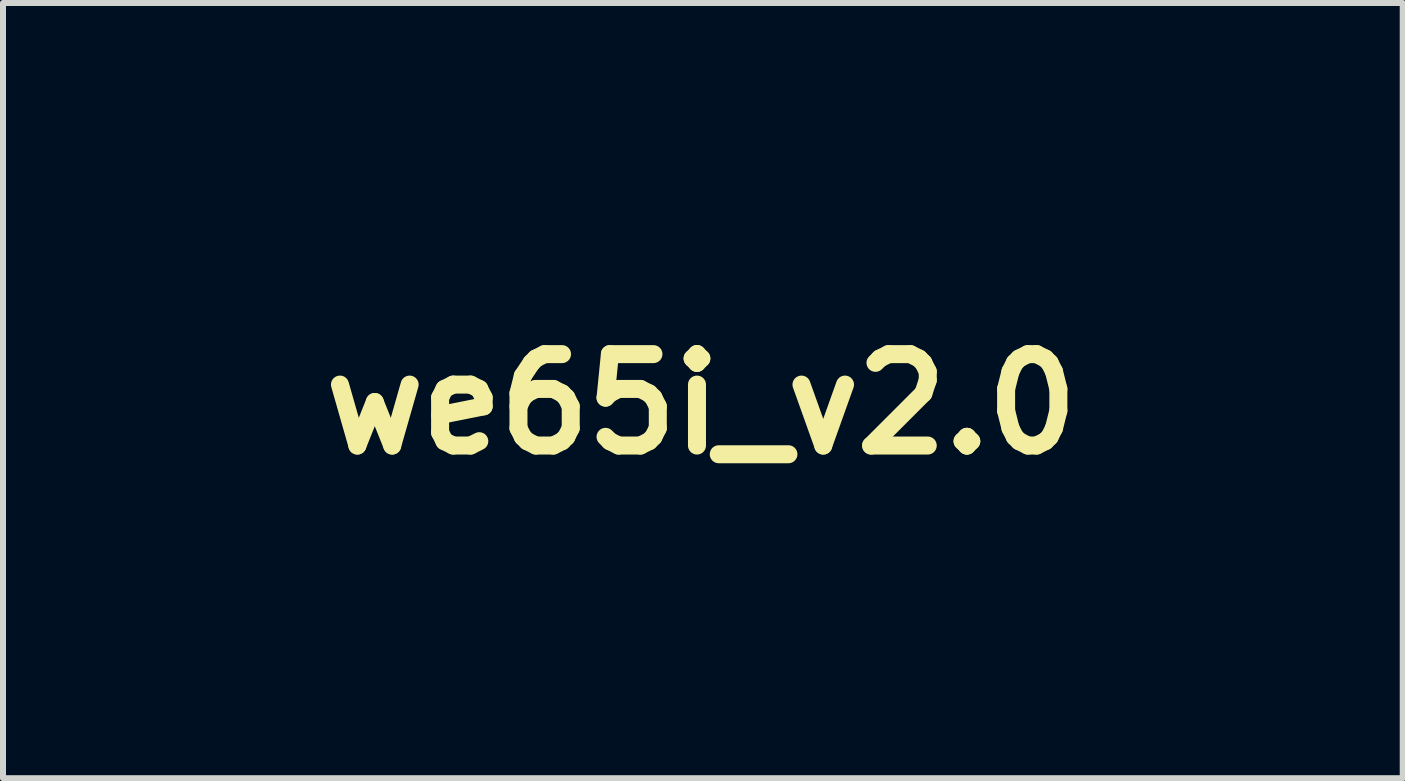
<source format=kicad_pcb>
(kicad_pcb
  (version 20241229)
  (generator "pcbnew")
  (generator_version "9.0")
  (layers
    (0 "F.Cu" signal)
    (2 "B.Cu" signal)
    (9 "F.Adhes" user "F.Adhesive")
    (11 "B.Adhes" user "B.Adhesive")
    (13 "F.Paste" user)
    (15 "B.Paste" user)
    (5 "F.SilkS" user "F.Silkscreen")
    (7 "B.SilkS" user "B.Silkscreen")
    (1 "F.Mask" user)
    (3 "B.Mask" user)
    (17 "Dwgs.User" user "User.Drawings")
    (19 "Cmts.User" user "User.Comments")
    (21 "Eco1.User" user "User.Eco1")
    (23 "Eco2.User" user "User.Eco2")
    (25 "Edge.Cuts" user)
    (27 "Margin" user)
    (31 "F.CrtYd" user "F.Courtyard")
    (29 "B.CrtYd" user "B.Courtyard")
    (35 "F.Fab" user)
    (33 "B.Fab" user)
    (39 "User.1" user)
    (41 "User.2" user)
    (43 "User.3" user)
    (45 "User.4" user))
  (footprint "we65i_v2.0"
    (layer "F.Cu")
    (at 8.64 3.687)
    (property "Reference" "we65i_v2.0" (at 0 0 0) (layer "F.SilkS") (effects (font (size 1.524 1.524) (thickness 0.3))))
    (attr through_hole)
    (fp_poly (pts (xy 8.451 -0.492) (xy 7.679 -0.492) (xy 7.679 -2.622) (xy 8.451 -2.622) (xy 8.451 -0.492)) (stroke (width 0.01) (type solid)) (fill yes) (layer "F.Mask"))
    (fp_poly (pts (xy 5.361 1.966) (xy 5.548 1.966) (xy 5.548 2.247) (xy 4.846 2.247) (xy 4.846 1.966) (xy 5.058 1.966) (xy 5.051 1.691) (xy 5.045 1.416) (xy 4.869 1.402) (xy 4.869 1.147) (xy 5.361 1.147) (xy 5.361 1.966)) (stroke (width 0.01) (type solid)) (fill yes) (layer "F.Mask"))
    (fp_poly (pts (xy -6.382 1.962) (xy -6.327 2.011) (xy -6.301 2.077) (xy -6.306 2.149) (xy -6.349 2.214) (xy -6.359 2.222) (xy -6.433 2.264) (xy -6.5 2.261) (xy -6.568 2.213) (xy -6.568 2.213) (xy -6.615 2.146) (xy -6.618 2.079) (xy -6.577 2.005) (xy -6.577 2.005) (xy -6.512 1.953) (xy -6.459 1.943) (xy -6.382 1.962)) (stroke (width 0.01) (type solid)) (fill yes) (layer "F.Mask"))
    (fp_poly (pts (xy 8.201 -3.661) (xy 8.314 -3.601) (xy 8.401 -3.509) (xy 8.457 -3.391) (xy 8.474 -3.266) (xy 8.453 -3.132) (xy 8.395 -3.018) (xy 8.306 -2.928) (xy 8.195 -2.868) (xy 8.069 -2.845) (xy 7.962 -2.856) (xy 7.849 -2.905) (xy 7.75 -2.988) (xy 7.676 -3.095) (xy 7.642 -3.194) (xy 7.642 -3.313) (xy 7.68 -3.433) (xy 7.749 -3.542) (xy 7.842 -3.626) (xy 7.874 -3.644) (xy 7.941 -3.667) (xy 8.028 -3.68) (xy 8.07 -3.682) (xy 8.201 -3.661)) (stroke (width 0.01) (type solid)) (fill yes) (layer "F.Mask"))
    (fp_poly (pts (xy 1.56 -1.663) (xy 1.594 -1.654) (xy 1.743 -1.589) (xy 1.863 -1.493) (xy 1.953 -1.372) (xy 2.011 -1.234) (xy 2.037 -1.087) (xy 2.028 -0.936) (xy 1.982 -0.789) (xy 1.9 -0.654) (xy 1.827 -0.577) (xy 1.723 -0.496) (xy 1.62 -0.447) (xy 1.502 -0.425) (xy 1.41 -0.421) (xy 1.299 -0.427) (xy 1.209 -0.447) (xy 1.129 -0.482) (xy 0.987 -0.577) (xy 0.881 -0.7) (xy 0.813 -0.848) (xy 0.787 -1.016) (xy 0.787 -1.03) (xy 0.797 -1.183) (xy 0.834 -1.308) (xy 0.902 -1.42) (xy 0.944 -1.469) (xy 1.079 -1.584) (xy 1.228 -1.656) (xy 1.389 -1.682) (xy 1.56 -1.663)) (stroke (width 0.01) (type solid)) (fill yes) (layer "F.Mask"))
    (fp_poly (pts (xy 8.366 1.432) (xy 8.474 1.488) (xy 8.555 1.574) (xy 8.564 1.589) (xy 8.586 1.634) (xy 8.601 1.682) (xy 8.61 1.744) (xy 8.614 1.83) (xy 8.615 1.952) (xy 8.615 1.964) (xy 8.615 2.247) (xy 8.311 2.247) (xy 8.311 1.995) (xy 8.309 1.868) (xy 8.301 1.781) (xy 8.286 1.727) (xy 8.26 1.698) (xy 8.22 1.687) (xy 8.194 1.686) (xy 8.146 1.69) (xy 8.113 1.71) (xy 8.092 1.75) (xy 8.081 1.82) (xy 8.077 1.925) (xy 8.076 1.995) (xy 8.076 2.247) (xy 7.768 2.247) (xy 7.776 1.945) (xy 7.782 1.798) (xy 7.793 1.69) (xy 7.814 1.611) (xy 7.847 1.553) (xy 7.897 1.507) (xy 7.967 1.466) (xy 7.983 1.457) (xy 8.111 1.414) (xy 8.242 1.406) (xy 8.366 1.432)) (stroke (width 0.01) (type solid)) (fill yes) (layer "F.Mask"))
    (fp_poly (pts (xy -7.07 1.152) (xy -6.959 1.169) (xy -6.877 1.202) (xy -6.817 1.254) (xy -6.771 1.328) (xy -6.763 1.344) (xy -6.727 1.464) (xy -6.732 1.573) (xy -6.78 1.677) (xy -6.873 1.776) (xy -6.97 1.849) (xy -7.128 1.955) (xy -6.719 1.968) (xy -6.719 2.247) (xy -7.017 2.246) (xy -7.135 2.244) (xy -7.239 2.239) (xy -7.319 2.233) (xy -7.364 2.225) (xy -7.365 2.224) (xy -7.436 2.174) (xy -7.489 2.097) (xy -7.514 2.011) (xy -7.515 2) (xy -7.507 1.943) (xy -7.479 1.887) (xy -7.426 1.828) (xy -7.342 1.757) (xy -7.234 1.678) (xy -7.128 1.595) (xy -7.066 1.528) (xy -7.049 1.476) (xy -7.076 1.438) (xy -7.147 1.415) (xy -7.263 1.405) (xy -7.297 1.405) (xy -7.468 1.405) (xy -7.468 1.147) (xy -7.219 1.147) (xy -7.07 1.152)) (stroke (width 0.01) (type solid)) (fill yes) (layer "F.Mask"))
    (fp_poly (pts (xy 2.411 1.152) (xy 2.523 1.169) (xy 2.604 1.202) (xy 2.664 1.254) (xy 2.711 1.328) (xy 2.718 1.344) (xy 2.755 1.464) (xy 2.749 1.573) (xy 2.701 1.677) (xy 2.608 1.776) (xy 2.511 1.849) (xy 2.353 1.955) (xy 2.762 1.968) (xy 2.762 2.247) (xy 2.464 2.246) (xy 2.346 2.244) (xy 2.242 2.239) (xy 2.162 2.233) (xy 2.118 2.225) (xy 2.116 2.224) (xy 2.046 2.174) (xy 1.992 2.097) (xy 1.967 2.011) (xy 1.966 2) (xy 1.975 1.943) (xy 2.002 1.887) (xy 2.055 1.828) (xy 2.139 1.757) (xy 2.247 1.678) (xy 2.353 1.595) (xy 2.415 1.528) (xy 2.432 1.476) (xy 2.406 1.438) (xy 2.334 1.415) (xy 2.218 1.405) (xy 2.184 1.405) (xy 2.013 1.405) (xy 2.013 1.147) (xy 2.262 1.147) (xy 2.411 1.152)) (stroke (width 0.01) (type solid)) (fill yes) (layer "F.Mask"))
    (fp_poly (pts (xy 4.378 1.152) (xy 4.489 1.169) (xy 4.571 1.202) (xy 4.63 1.254) (xy 4.677 1.328) (xy 4.684 1.344) (xy 4.721 1.464) (xy 4.716 1.573) (xy 4.668 1.677) (xy 4.575 1.776) (xy 4.477 1.849) (xy 4.319 1.955) (xy 4.524 1.962) (xy 4.729 1.968) (xy 4.729 2.247) (xy 4.43 2.246) (xy 4.313 2.244) (xy 4.208 2.239) (xy 4.129 2.233) (xy 4.084 2.225) (xy 4.082 2.224) (xy 4.012 2.174) (xy 3.958 2.097) (xy 3.933 2.011) (xy 3.933 2) (xy 3.941 1.943) (xy 3.969 1.887) (xy 4.022 1.828) (xy 4.105 1.757) (xy 4.214 1.678) (xy 4.32 1.595) (xy 4.381 1.528) (xy 4.399 1.476) (xy 4.372 1.438) (xy 4.301 1.415) (xy 4.185 1.405) (xy 4.151 1.405) (xy 3.98 1.405) (xy 3.98 1.147) (xy 4.229 1.147) (xy 4.378 1.152)) (stroke (width 0.01) (type solid)) (fill yes) (layer "F.Mask"))
    (fp_poly (pts (xy 6.597 1.773) (xy 6.595 1.962) (xy 6.592 2.111) (xy 6.589 2.224) (xy 6.584 2.307) (xy 6.578 2.367) (xy 6.57 2.409) (xy 6.56 2.439) (xy 6.547 2.463) (xy 6.544 2.467) (xy 6.467 2.542) (xy 6.367 2.585) (xy 6.256 2.595) (xy 6.149 2.569) (xy 6.117 2.553) (xy 6.05 2.501) (xy 6.011 2.438) (xy 5.995 2.352) (xy 5.993 2.291) (xy 5.999 2.254) (xy 6.214 2.254) (xy 6.227 2.298) (xy 6.261 2.314) (xy 6.27 2.313) (xy 6.295 2.295) (xy 6.309 2.249) (xy 6.316 2.179) (xy 6.319 2.107) (xy 6.315 2.075) (xy 6.302 2.072) (xy 6.285 2.084) (xy 6.243 2.135) (xy 6.219 2.196) (xy 6.214 2.254) (xy 5.999 2.254) (xy 6.015 2.139) (xy 6.083 2) (xy 6.194 1.876) (xy 6.297 1.785) (xy 6.297 1.405) (xy 6.087 1.405) (xy 6.087 1.147) (xy 6.604 1.147) (xy 6.597 1.773)) (stroke (width 0.01) (type solid)) (fill yes) (layer "F.Mask"))
    (fp_poly (pts (xy 7.275 1.416) (xy 7.401 1.457) (xy 7.507 1.528) (xy 7.585 1.624) (xy 7.607 1.669) (xy 7.617 1.72) (xy 7.625 1.804) (xy 7.63 1.909) (xy 7.632 1.991) (xy 7.632 2.247) (xy 7.491 2.247) (xy 7.413 2.246) (xy 7.371 2.24) (xy 7.354 2.223) (xy 7.351 2.19) (xy 7.351 2.184) (xy 7.351 2.122) (xy 7.282 2.187) (xy 7.19 2.246) (xy 7.081 2.266) (xy 6.97 2.247) (xy 6.929 2.229) (xy 6.83 2.151) (xy 6.764 2.049) (xy 6.73 1.933) (xy 6.728 1.832) (xy 7.033 1.832) (xy 7.046 1.905) (xy 7.09 1.968) (xy 7.154 1.997) (xy 7.224 1.989) (xy 7.286 1.945) (xy 7.293 1.935) (xy 7.323 1.861) (xy 7.317 1.787) (xy 7.282 1.726) (xy 7.222 1.69) (xy 7.187 1.686) (xy 7.108 1.705) (xy 7.055 1.757) (xy 7.033 1.832) (xy 6.728 1.832) (xy 6.728 1.81) (xy 6.756 1.69) (xy 6.814 1.581) (xy 6.9 1.492) (xy 7.004 1.436) (xy 7.14 1.408) (xy 7.275 1.416)) (stroke (width 0.01) (type solid)) (fill yes) (layer "F.Mask"))
    (fp_poly (pts (xy 8.514 -0.056) (xy 8.613 0.041) (xy 8.67 0.15) (xy 8.684 0.265) (xy 8.656 0.378) (xy 8.586 0.484) (xy 8.544 0.524) (xy 8.471 0.585) (xy -8.424 0.585) (xy -8.497 0.524) (xy -8.554 0.466) (xy -8.6 0.404) (xy -8.604 0.396) (xy -8.635 0.289) (xy -8.628 0.174) (xy -8.587 0.065) (xy -8.516 -0.025) (xy -8.471 -0.059) (xy -8.464 -0.063) (xy -8.455 -0.067) (xy -8.444 -0.07) (xy -8.428 -0.074) (xy -8.408 -0.077) (xy -8.38 -0.08) (xy -8.343 -0.083) (xy -8.297 -0.085) (xy -8.24 -0.087) (xy -8.17 -0.09) (xy -8.085 -0.092) (xy -7.985 -0.093) (xy -7.868 -0.095) (xy -7.732 -0.097) (xy -7.577 -0.098) (xy -7.4 -0.099) (xy -7.2 -0.1) (xy -6.976 -0.101) (xy -6.727 -0.102) (xy -6.45 -0.103) (xy -6.144 -0.103) (xy -5.809 -0.104) (xy -5.442 -0.104) (xy -5.043 -0.104) (xy -4.608 -0.105) (xy -4.139 -0.105) (xy -3.632 -0.105) (xy -3.086 -0.105) (xy -2.5 -0.105) (xy -1.873 -0.105) (xy -1.203 -0.105) (xy -0.488 -0.105) (xy 8.448 -0.105) (xy 8.514 -0.056)) (stroke (width 0.01) (type solid)) (fill yes) (layer "F.Mask"))
    (fp_poly (pts (xy -7.691 1.429) (xy -7.633 1.431) (xy -7.608 1.434) (xy -7.608 1.435) (xy -7.616 1.462) (xy -7.636 1.525) (xy -7.665 1.613) (xy -7.7 1.717) (xy -7.739 1.829) (xy -7.777 1.938) (xy -7.812 2.036) (xy -7.84 2.114) (xy -7.858 2.162) (xy -7.862 2.17) (xy -7.907 2.215) (xy -7.98 2.251) (xy -8.062 2.269) (xy -8.086 2.27) (xy -8.143 2.258) (xy -8.197 2.235) (xy -8.247 2.197) (xy -8.275 2.16) (xy -8.288 2.126) (xy -8.312 2.058) (xy -8.343 1.968) (xy -8.379 1.862) (xy -8.416 1.752) (xy -8.452 1.646) (xy -8.483 1.552) (xy -8.507 1.481) (xy -8.52 1.44) (xy -8.521 1.435) (xy -8.5 1.431) (xy -8.444 1.429) (xy -8.364 1.428) (xy -8.359 1.428) (xy -8.271 1.43) (xy -8.219 1.437) (xy -8.193 1.453) (xy -8.185 1.469) (xy -8.175 1.509) (xy -8.158 1.582) (xy -8.137 1.677) (xy -8.123 1.74) (xy -8.101 1.835) (xy -8.081 1.908) (xy -8.066 1.951) (xy -8.061 1.958) (xy -8.051 1.932) (xy -8.035 1.871) (xy -8.015 1.785) (xy -8.005 1.74) (xy -7.983 1.641) (xy -7.964 1.554) (xy -7.951 1.494) (xy -7.948 1.481) (xy -7.937 1.453) (xy -7.915 1.437) (xy -7.869 1.43) (xy -7.79 1.428) (xy -7.772 1.428) (xy -7.691 1.429)) (stroke (width 0.01) (type solid)) (fill yes) (layer "F.Mask"))
    (fp_poly (pts (xy 7.234 -2.786) (xy 6.063 -2.786) (xy 6.063 -2.458) (xy 6.304 -2.458) (xy 6.54 -2.445) (xy 6.741 -2.404) (xy 6.915 -2.334) (xy 7.066 -2.233) (xy 7.154 -2.149) (xy 7.224 -2.063) (xy 7.29 -1.964) (xy 7.323 -1.901) (xy 7.351 -1.838) (xy 7.369 -1.78) (xy 7.38 -1.715) (xy 7.385 -1.631) (xy 7.386 -1.514) (xy 7.386 -1.498) (xy 7.385 -1.379) (xy 7.381 -1.293) (xy 7.372 -1.228) (xy 7.354 -1.17) (xy 7.327 -1.105) (xy 7.311 -1.071) (xy 7.213 -0.91) (xy 7.084 -0.763) (xy 6.936 -0.645) (xy 6.905 -0.626) (xy 6.841 -0.59) (xy 6.778 -0.562) (xy 6.709 -0.539) (xy 6.629 -0.522) (xy 6.533 -0.509) (xy 6.415 -0.501) (xy 6.268 -0.495) (xy 6.088 -0.493) (xy 5.868 -0.492) (xy 5.801 -0.492) (xy 5.08 -0.492) (xy 5.08 -1.264) (xy 5.689 -1.264) (xy 5.897 -1.265) (xy 6.063 -1.267) (xy 6.192 -1.272) (xy 6.291 -1.281) (xy 6.363 -1.294) (xy 6.415 -1.313) (xy 6.451 -1.338) (xy 6.476 -1.372) (xy 6.497 -1.413) (xy 6.497 -1.415) (xy 6.518 -1.478) (xy 6.516 -1.53) (xy 6.498 -1.579) (xy 6.477 -1.623) (xy 6.452 -1.658) (xy 6.416 -1.685) (xy 6.365 -1.705) (xy 6.292 -1.718) (xy 6.193 -1.726) (xy 6.062 -1.73) (xy 5.893 -1.732) (xy 5.76 -1.732) (xy 5.197 -1.732) (xy 5.197 -3.558) (xy 7.234 -3.558) (xy 7.234 -2.786)) (stroke (width 0.01) (type solid)) (fill yes) (layer "F.Mask"))
    (fp_poly (pts (xy -5.547 1.139) (xy -5.423 1.188) (xy -5.328 1.27) (xy -5.31 1.293) (xy -5.288 1.327) (xy -5.273 1.363) (xy -5.263 1.41) (xy -5.258 1.477) (xy -5.256 1.574) (xy -5.256 1.687) (xy -5.256 1.816) (xy -5.258 1.906) (xy -5.263 1.969) (xy -5.273 2.013) (xy -5.29 2.047) (xy -5.313 2.081) (xy -5.319 2.088) (xy -5.381 2.152) (xy -5.456 2.205) (xy -5.471 2.213) (xy -5.57 2.246) (xy -5.687 2.262) (xy -5.799 2.26) (xy -5.86 2.248) (xy -5.961 2.198) (xy -6.052 2.121) (xy -6.116 2.033) (xy -6.118 2.029) (xy -6.141 1.95) (xy -6.155 1.84) (xy -6.16 1.712) (xy -6.16 1.689) (xy -5.853 1.689) (xy -5.851 1.785) (xy -5.844 1.848) (xy -5.829 1.89) (xy -5.803 1.924) (xy -5.795 1.932) (xy -5.746 1.972) (xy -5.703 1.99) (xy -5.7 1.99) (xy -5.659 1.974) (xy -5.61 1.936) (xy -5.606 1.932) (xy -5.576 1.898) (xy -5.559 1.859) (xy -5.551 1.803) (xy -5.548 1.716) (xy -5.548 1.689) (xy -5.555 1.561) (xy -5.577 1.474) (xy -5.616 1.422) (xy -5.676 1.4) (xy -5.7 1.399) (xy -5.767 1.412) (xy -5.813 1.453) (xy -5.841 1.529) (xy -5.852 1.643) (xy -5.853 1.689) (xy -6.16 1.689) (xy -6.156 1.582) (xy -6.144 1.462) (xy -6.123 1.367) (xy -6.11 1.334) (xy -6.033 1.232) (xy -5.924 1.163) (xy -5.784 1.128) (xy -5.703 1.124) (xy -5.547 1.139)) (stroke (width 0.01) (type solid)) (fill yes) (layer "F.Mask"))
    (fp_poly (pts (xy 3.489 1.139) (xy 3.613 1.188) (xy 3.708 1.27) (xy 3.726 1.293) (xy 3.748 1.327) (xy 3.763 1.363) (xy 3.773 1.41) (xy 3.778 1.477) (xy 3.78 1.574) (xy 3.781 1.687) (xy 3.78 1.816) (xy 3.778 1.906) (xy 3.773 1.969) (xy 3.763 2.013) (xy 3.747 2.047) (xy 3.723 2.081) (xy 3.718 2.088) (xy 3.655 2.152) (xy 3.58 2.205) (xy 3.566 2.213) (xy 3.466 2.246) (xy 3.35 2.262) (xy 3.238 2.26) (xy 3.176 2.248) (xy 3.076 2.198) (xy 2.984 2.121) (xy 2.92 2.033) (xy 2.918 2.029) (xy 2.895 1.95) (xy 2.881 1.84) (xy 2.876 1.712) (xy 2.877 1.689) (xy 3.184 1.689) (xy 3.185 1.785) (xy 3.192 1.848) (xy 3.207 1.89) (xy 3.233 1.924) (xy 3.241 1.932) (xy 3.291 1.972) (xy 3.333 1.99) (xy 3.336 1.99) (xy 3.377 1.974) (xy 3.427 1.936) (xy 3.431 1.932) (xy 3.46 1.898) (xy 3.477 1.859) (xy 3.486 1.803) (xy 3.488 1.716) (xy 3.488 1.689) (xy 3.481 1.561) (xy 3.459 1.474) (xy 3.42 1.422) (xy 3.36 1.4) (xy 3.336 1.399) (xy 3.269 1.412) (xy 3.223 1.453) (xy 3.196 1.529) (xy 3.184 1.643) (xy 3.184 1.689) (xy 2.877 1.689) (xy 2.88 1.582) (xy 2.892 1.462) (xy 2.913 1.367) (xy 2.926 1.334) (xy 3.003 1.232) (xy 3.113 1.163) (xy 3.252 1.128) (xy 3.333 1.124) (xy 3.489 1.139)) (stroke (width 0.01) (type solid)) (fill yes) (layer "F.Mask"))
    (fp_poly (pts (xy 4.038 -3.558) (xy 4.17 -3.556) (xy 4.279 -3.554) (xy 4.356 -3.551) (xy 4.397 -3.548) (xy 4.401 -3.546) (xy 4.389 -3.524) (xy 4.354 -3.469) (xy 4.3 -3.386) (xy 4.231 -3.28) (xy 4.15 -3.158) (xy 4.097 -3.078) (xy 4.011 -2.948) (xy 3.934 -2.831) (xy 3.87 -2.731) (xy 3.823 -2.656) (xy 3.797 -2.61) (xy 3.792 -2.599) (xy 3.813 -2.583) (xy 3.863 -2.575) (xy 3.872 -2.575) (xy 3.975 -2.562) (xy 4.098 -2.528) (xy 4.226 -2.479) (xy 4.34 -2.42) (xy 4.369 -2.401) (xy 4.527 -2.268) (xy 4.651 -2.106) (xy 4.741 -1.922) (xy 4.794 -1.723) (xy 4.81 -1.514) (xy 4.787 -1.303) (xy 4.722 -1.096) (xy 4.705 -1.059) (xy 4.604 -0.893) (xy 4.465 -0.746) (xy 4.297 -0.622) (xy 4.108 -0.529) (xy 3.939 -0.479) (xy 3.785 -0.457) (xy 3.608 -0.448) (xy 3.427 -0.453) (xy 3.263 -0.471) (xy 3.213 -0.48) (xy 3.006 -0.548) (xy 2.815 -0.655) (xy 2.649 -0.795) (xy 2.515 -0.962) (xy 2.457 -1.063) (xy 2.419 -1.146) (xy 2.394 -1.217) (xy 2.38 -1.292) (xy 2.371 -1.388) (xy 2.368 -1.457) (xy 2.367 -1.559) (xy 3.236 -1.559) (xy 3.238 -1.525) (xy 3.271 -1.408) (xy 3.339 -1.315) (xy 3.432 -1.251) (xy 3.543 -1.22) (xy 3.663 -1.228) (xy 3.729 -1.249) (xy 3.833 -1.315) (xy 3.899 -1.406) (xy 3.926 -1.515) (xy 3.917 -1.641) (xy 3.871 -1.747) (xy 3.796 -1.827) (xy 3.698 -1.876) (xy 3.585 -1.89) (xy 3.463 -1.865) (xy 3.418 -1.845) (xy 3.316 -1.771) (xy 3.255 -1.675) (xy 3.236 -1.559) (xy 2.367 -1.559) (xy 2.366 -1.591) (xy 2.374 -1.717) (xy 2.392 -1.839) (xy 2.425 -1.962) (xy 2.472 -2.092) (xy 2.538 -2.233) (xy 2.624 -2.391) (xy 2.731 -2.572) (xy 2.863 -2.78) (xy 3.001 -2.991) (xy 3.377 -3.558) (xy 3.889 -3.558) (xy 4.038 -3.558)) (stroke (width 0.01) (type solid)) (fill yes) (layer "F.Mask"))
    (fp_poly (pts (xy -0.73 -3.492) (xy -0.486 -3.434) (xy -0.264 -3.335) (xy -0.063 -3.196) (xy 0.037 -3.104) (xy 0.176 -2.945) (xy 0.281 -2.779) (xy 0.355 -2.597) (xy 0.399 -2.393) (xy 0.417 -2.16) (xy 0.415 -1.986) (xy 0.409 -1.872) (xy 0.403 -1.774) (xy 0.395 -1.702) (xy 0.388 -1.666) (xy 0.388 -1.664) (xy 0.365 -1.657) (xy 0.305 -1.651) (xy 0.207 -1.646) (xy 0.069 -1.643) (xy -0.112 -1.64) (xy -0.336 -1.639) (xy -0.528 -1.639) (xy -0.765 -1.639) (xy -0.959 -1.638) (xy -1.114 -1.637) (xy -1.233 -1.634) (xy -1.32 -1.629) (xy -1.378 -1.62) (xy -1.413 -1.609) (xy -1.426 -1.593) (xy -1.422 -1.572) (xy -1.405 -1.546) (xy -1.379 -1.513) (xy -1.365 -1.497) (xy -1.327 -1.455) (xy -1.29 -1.422) (xy -1.246 -1.396) (xy -1.19 -1.377) (xy -1.116 -1.363) (xy -1.019 -1.353) (xy -0.893 -1.347) (xy -0.732 -1.342) (xy -0.53 -1.339) (xy -0.509 -1.339) (xy 0.117 -1.33) (xy 0.117 -0.492) (xy -0.486 -0.494) (xy -0.657 -0.496) (xy -0.821 -0.499) (xy -0.968 -0.503) (xy -1.091 -0.507) (xy -1.181 -0.513) (xy -1.222 -0.517) (xy -1.488 -0.576) (xy -1.734 -0.669) (xy -1.955 -0.794) (xy -2.147 -0.948) (xy -2.306 -1.127) (xy -2.43 -1.328) (xy -2.514 -1.549) (xy -2.517 -1.562) (xy -2.536 -1.669) (xy -2.547 -1.808) (xy -2.551 -1.964) (xy -2.548 -2.123) (xy -2.541 -2.223) (xy -1.475 -2.223) (xy -0.597 -2.236) (xy -0.604 -2.318) (xy -0.631 -2.413) (xy -0.689 -2.509) (xy -0.766 -2.586) (xy -0.793 -2.605) (xy -0.917 -2.652) (xy -1.055 -2.661) (xy -1.193 -2.633) (xy -1.32 -2.568) (xy -1.379 -2.508) (xy -1.431 -2.421) (xy -1.466 -2.33) (xy -1.474 -2.276) (xy -1.475 -2.223) (xy -2.541 -2.223) (xy -2.537 -2.271) (xy -2.519 -2.393) (xy -2.515 -2.41) (xy -2.455 -2.604) (xy -2.367 -2.778) (xy -2.246 -2.945) (xy -2.142 -3.058) (xy -2.042 -3.155) (xy -1.955 -3.227) (xy -1.867 -3.285) (xy -1.763 -3.339) (xy -1.756 -3.343) (xy -1.52 -3.436) (xy -1.283 -3.491) (xy -1.03 -3.511) (xy -1 -3.512) (xy -0.73 -3.492)) (stroke (width 0.01) (type solid)) (fill yes) (layer "F.Mask"))
    (fp_poly (pts (xy 0.796 2.762) (xy 1.508 2.762) (xy 2.175 2.763) (xy 2.801 2.763) (xy 3.384 2.763) (xy 3.928 2.763) (xy 4.434 2.763) (xy 4.902 2.764) (xy 5.335 2.764) (xy 5.734 2.765) (xy 6.099 2.765) (xy 6.433 2.766) (xy 6.738 2.767) (xy 7.013 2.767) (xy 7.261 2.768) (xy 7.483 2.769) (xy 7.68 2.771) (xy 7.855 2.772) (xy 8.007 2.773) (xy 8.14 2.775) (xy 8.253 2.777) (xy 8.349 2.779) (xy 8.428 2.781) (xy 8.493 2.783) (xy 8.544 2.785) (xy 8.584 2.788) (xy 8.612 2.79) (xy 8.632 2.793) (xy 8.644 2.796) (xy 8.648 2.799) (xy 8.668 2.842) (xy 8.681 2.916) (xy 8.686 3.004) (xy 8.684 3.092) (xy 8.674 3.164) (xy 8.657 3.203) (xy 8.608 3.225) (xy 8.545 3.228) (xy 8.491 3.212) (xy 8.479 3.201) (xy 8.46 3.159) (xy 8.448 3.096) (xy 8.447 3.09) (xy 8.439 3.008) (xy -0.068 3.002) (xy -0.875 3.002) (xy -1.636 3.001) (xy -2.352 3) (xy -3.024 3) (xy -3.653 2.999) (xy -4.24 2.998) (xy -4.785 2.997) (xy -5.289 2.996) (xy -5.754 2.995) (xy -6.181 2.994) (xy -6.569 2.992) (xy -6.92 2.991) (xy -7.236 2.989) (xy -7.516 2.988) (xy -7.762 2.986) (xy -7.975 2.984) (xy -8.155 2.983) (xy -8.304 2.981) (xy -8.422 2.979) (xy -8.51 2.976) (xy -8.569 2.974) (xy -8.601 2.972) (xy -8.607 2.97) (xy -8.635 2.92) (xy -8.63 2.859) (xy -8.595 2.805) (xy -8.586 2.799) (xy -8.579 2.796) (xy -8.564 2.793) (xy -8.541 2.79) (xy -8.508 2.787) (xy -8.465 2.785) (xy -8.408 2.782) (xy -8.338 2.78) (xy -8.253 2.778) (xy -8.151 2.776) (xy -8.031 2.775) (xy -7.891 2.773) (xy -7.731 2.772) (xy -7.548 2.77) (xy -7.342 2.769) (xy -7.111 2.768) (xy -6.853 2.767) (xy -6.567 2.766) (xy -6.253 2.766) (xy -5.907 2.765) (xy -5.53 2.764) (xy -5.12 2.764) (xy -4.674 2.764) (xy -4.193 2.763) (xy -3.674 2.763) (xy -3.116 2.763) (xy -2.517 2.763) (xy -1.877 2.763) (xy -1.194 2.762) (xy -0.466 2.762) (xy 0.039 2.762) (xy 0.796 2.762)) (stroke (width 0.01) (type solid)) (fill yes) (layer "F.Mask"))
    (fp_poly (pts (xy -0.779 1.127) (xy -0.721 1.142) (xy -0.672 1.173) (xy -0.654 1.188) (xy -0.592 1.268) (xy -0.57 1.348) (xy -0.566 1.414) (xy -0.582 1.465) (xy -0.625 1.522) (xy -0.629 1.526) (xy -0.701 1.608) (xy -0.647 1.659) (xy -0.593 1.7) (xy -0.555 1.701) (xy -0.524 1.66) (xy -0.516 1.641) (xy -0.461 1.549) (xy -0.385 1.49) (xy -0.277 1.46) (xy -0.234 1.456) (xy -0.094 1.446) (xy -0.094 1.553) (xy -0.095 1.618) (xy -0.108 1.65) (xy -0.141 1.663) (xy -0.179 1.667) (xy -0.261 1.69) (xy -0.306 1.732) (xy -0.35 1.805) (xy -0.358 1.861) (xy -0.328 1.913) (xy -0.268 1.966) (xy -0.15 2.077) (xy -0.071 2.19) (xy -0.032 2.299) (xy -0.034 2.402) (xy -0.071 2.483) (xy -0.119 2.527) (xy -0.188 2.567) (xy -0.259 2.592) (xy -0.304 2.596) (xy -0.333 2.589) (xy -0.386 2.574) (xy -0.393 2.572) (xy -0.463 2.532) (xy -0.523 2.464) (xy -0.558 2.385) (xy -0.562 2.353) (xy -0.559 2.34) (xy -0.348 2.34) (xy -0.347 2.383) (xy -0.319 2.409) (xy -0.304 2.411) (xy -0.267 2.396) (xy -0.258 2.357) (xy -0.267 2.299) (xy -0.292 2.283) (xy -0.32 2.297) (xy -0.348 2.34) (xy -0.559 2.34) (xy -0.55 2.302) (xy -0.521 2.239) (xy -0.514 2.228) (xy -0.483 2.164) (xy -0.484 2.132) (xy -0.518 2.133) (xy -0.577 2.167) (xy -0.706 2.232) (xy -0.838 2.263) (xy -0.969 2.262) (xy -1.089 2.232) (xy -1.193 2.174) (xy -1.273 2.092) (xy -1.322 1.988) (xy -1.334 1.895) (xy -1.328 1.857) (xy -1.029 1.857) (xy -1.006 1.937) (xy -0.983 1.966) (xy -0.917 2.003) (xy -0.835 2.012) (xy -0.757 1.991) (xy -0.736 1.979) (xy -0.707 1.945) (xy -0.716 1.926) (xy -0.747 1.902) (xy -0.8 1.859) (xy -0.847 1.82) (xy -0.92 1.763) (xy -0.968 1.738) (xy -0.998 1.741) (xy -1.016 1.769) (xy -1.029 1.857) (xy -1.328 1.857) (xy -1.315 1.79) (xy -1.265 1.689) (xy -1.194 1.611) (xy -1.193 1.611) (xy -1.152 1.577) (xy -1.141 1.546) (xy -1.155 1.499) (xy -1.162 1.482) (xy -1.181 1.381) (xy -1.175 1.358) (xy -0.932 1.358) (xy -0.932 1.407) (xy -0.908 1.447) (xy -0.869 1.473) (xy -0.842 1.455) (xy -0.831 1.427) (xy -0.83 1.374) (xy -0.855 1.335) (xy -0.895 1.324) (xy -0.903 1.327) (xy -0.932 1.358) (xy -1.175 1.358) (xy -1.155 1.283) (xy -1.086 1.194) (xy -1.074 1.183) (xy -1.022 1.147) (xy -0.964 1.129) (xy -0.881 1.124) (xy -0.865 1.124) (xy -0.779 1.127)) (stroke (width 0.01) (type solid)) (fill yes) (layer "F.Mask"))
    (fp_poly (pts (xy -5.48 -3.501) (xy -5.33 -3.478) (xy -5.095 -3.406) (xy -4.893 -3.301) (xy -4.723 -3.163) (xy -4.584 -2.989) (xy -4.474 -2.78) (xy -4.465 -2.756) (xy -4.45 -2.715) (xy -4.438 -2.671) (xy -4.429 -2.617) (xy -4.421 -2.548) (xy -4.416 -2.456) (xy -4.411 -2.336) (xy -4.406 -2.181) (xy -4.403 -2.004) (xy -4.389 -1.374) (xy -4.325 -1.326) (xy -4.269 -1.295) (xy -4.217 -1.295) (xy -4.197 -1.301) (xy -4.168 -1.312) (xy -4.145 -1.326) (xy -4.125 -1.347) (xy -4.11 -1.38) (xy -4.098 -1.428) (xy -4.089 -1.495) (xy -4.082 -1.585) (xy -4.078 -1.704) (xy -4.076 -1.854) (xy -4.074 -2.04) (xy -4.074 -2.266) (xy -4.074 -2.441) (xy -4.073 -3.441) (xy -2.973 -3.441) (xy -2.973 -2.476) (xy -2.974 -2.258) (xy -2.976 -2.05) (xy -2.978 -1.859) (xy -2.982 -1.689) (xy -2.986 -1.547) (xy -2.991 -1.438) (xy -2.996 -1.369) (xy -2.997 -1.358) (xy -3.053 -1.146) (xy -3.147 -0.956) (xy -3.277 -0.791) (xy -3.44 -0.653) (xy -3.632 -0.545) (xy -3.85 -0.469) (xy -4.09 -0.429) (xy -4.239 -0.422) (xy -4.447 -0.436) (xy -4.656 -0.477) (xy -4.846 -0.541) (xy -4.912 -0.571) (xy -5.074 -0.676) (xy -5.221 -0.813) (xy -5.343 -0.972) (xy -5.432 -1.143) (xy -5.475 -1.283) (xy -5.483 -1.345) (xy -5.49 -1.446) (xy -5.496 -1.578) (xy -5.499 -1.734) (xy -5.501 -1.907) (xy -5.501 -1.969) (xy -5.501 -2.53) (xy -5.559 -2.588) (xy -5.632 -2.636) (xy -5.705 -2.638) (xy -5.774 -2.595) (xy -5.778 -2.591) (xy -5.795 -2.572) (xy -5.807 -2.549) (xy -5.816 -2.517) (xy -5.822 -2.469) (xy -5.826 -2.399) (xy -5.828 -2.3) (xy -5.829 -2.167) (xy -5.829 -2.012) (xy -5.831 -1.791) (xy -5.835 -1.61) (xy -5.843 -1.463) (xy -5.856 -1.342) (xy -5.875 -1.242) (xy -5.899 -1.155) (xy -5.931 -1.075) (xy -5.94 -1.055) (xy -6.007 -0.944) (xy -6.105 -0.826) (xy -6.22 -0.714) (xy -6.339 -0.62) (xy -6.407 -0.579) (xy -6.586 -0.504) (xy -6.793 -0.452) (xy -7.014 -0.426) (xy -7.233 -0.426) (xy -7.437 -0.455) (xy -7.454 -0.459) (xy -7.662 -0.529) (xy -7.854 -0.633) (xy -8.021 -0.764) (xy -8.157 -0.917) (xy -8.241 -1.06) (xy -8.268 -1.121) (xy -8.29 -1.185) (xy -8.308 -1.258) (xy -8.323 -1.342) (xy -8.334 -1.443) (xy -8.343 -1.566) (xy -8.349 -1.715) (xy -8.353 -1.895) (xy -8.356 -2.109) (xy -8.357 -2.363) (xy -8.357 -2.522) (xy -8.357 -3.441) (xy -7.257 -3.441) (xy -7.257 -1.402) (xy -7.2 -1.345) (xy -7.147 -1.305) (xy -7.096 -1.288) (xy -7.093 -1.288) (xy -7.044 -1.303) (xy -6.99 -1.342) (xy -6.987 -1.345) (xy -6.929 -1.402) (xy -6.929 -1.964) (xy -6.928 -2.146) (xy -6.925 -2.311) (xy -6.92 -2.453) (xy -6.913 -2.565) (xy -6.905 -2.638) (xy -6.903 -2.65) (xy -6.838 -2.848) (xy -6.731 -3.028) (xy -6.586 -3.186) (xy -6.406 -3.319) (xy -6.194 -3.424) (xy -6.14 -3.444) (xy -6.002 -3.48) (xy -5.834 -3.501) (xy -5.655 -3.508) (xy -5.48 -3.501)) (stroke (width 0.01) (type solid)) (fill yes) (layer "F.Mask")))
  (gr_rect
    (start -3 -3)
    (end 20.331 9.921)
    (stroke (width 0.1) (type default))
    (fill no)
    (layer "Edge.Cuts")))
</source>
